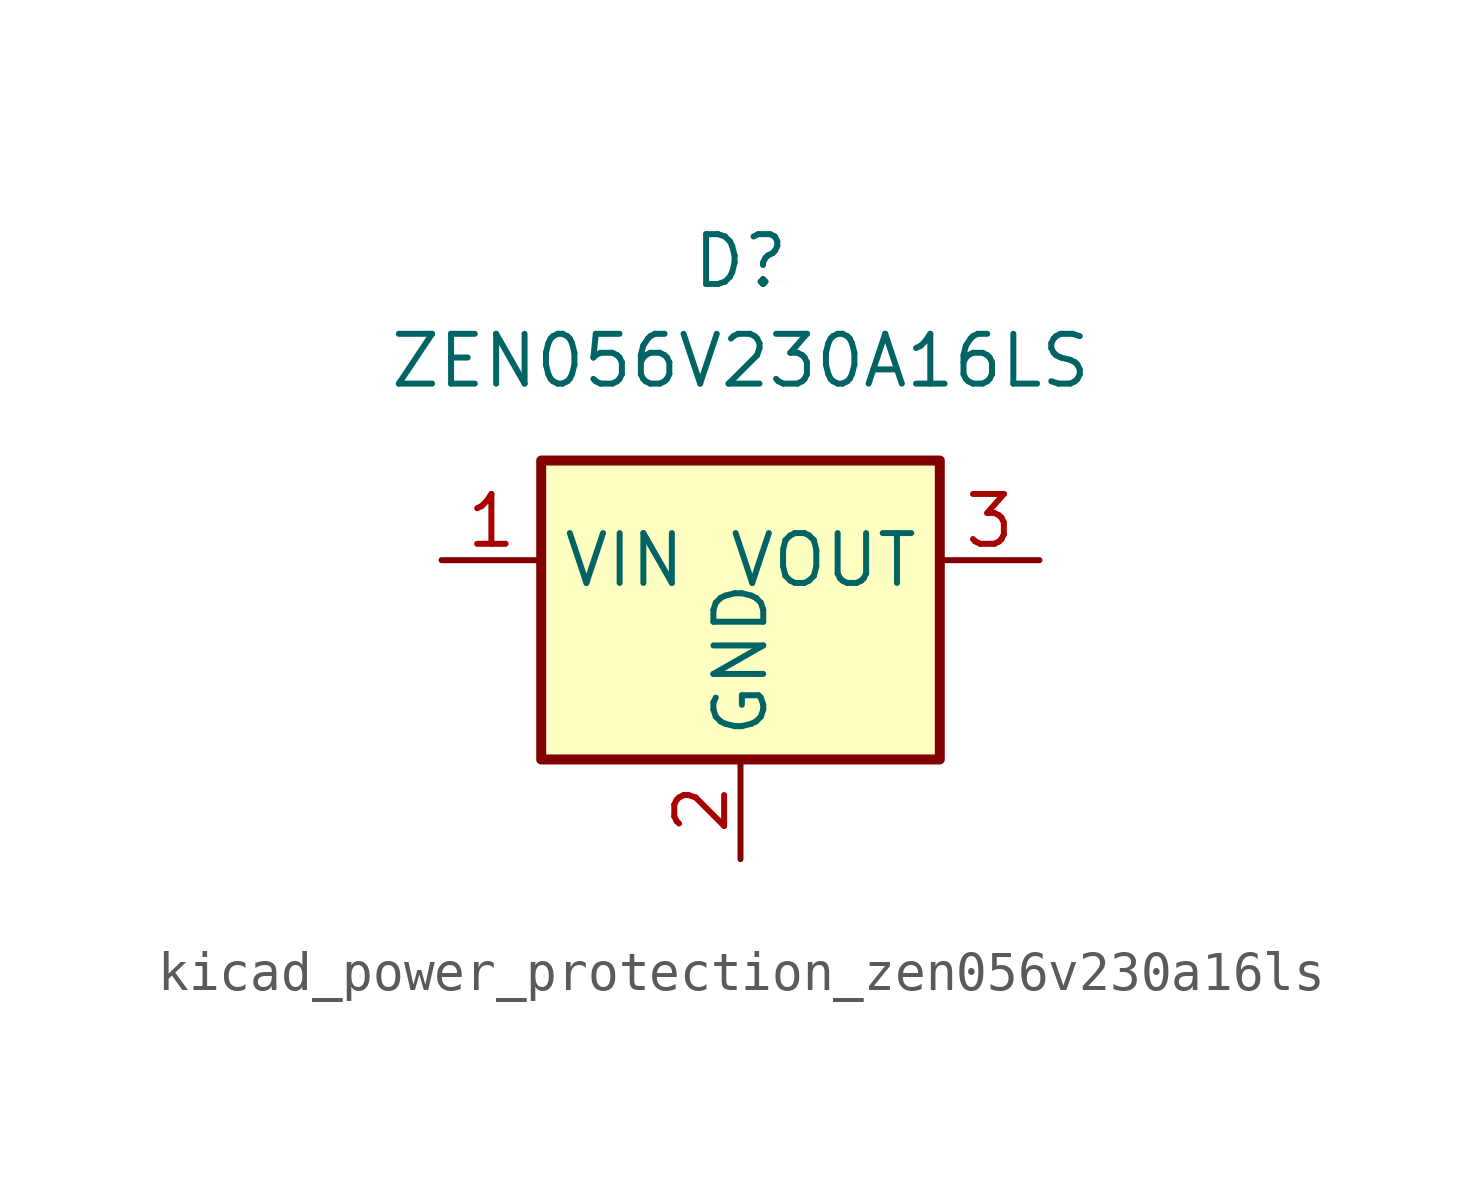
<source format=kicad_sym>
(kicad_symbol_lib
  (version 20220914)
  (generator kicad_symbol_editor)
  (symbol "kicad_power_protection_zen056v230a16ls"
    (property "Reference" "D"
      (at 0 10.16 0)
      (effects (font (size 1.27 1.27))))
    (property "Value" "ZEN056V230A16LS"
      (at 0 7.62 0)
      (effects (font (size 1.27 1.27))))
    (symbol "kicad_power_protection_zen056v230a16ls_0_1"
      (rectangle (start -5.08 5.08) (end 5.08 -2.54) (stroke (width 0.254) (type default)) (fill (type background))))
    (symbol "kicad_power_protection_zen056v230a16ls_1_1"
      (pin passive line (at -7.62 2.54 0) (length 2.54) (name "VIN" (effects (font (size 1.27 1.27)))) (number "1" (effects (font (size 1.27 1.27)))))
      (pin power_in line (at 0 -5.08 90) (length 2.54) (name "GND" (effects (font (size 1.27 1.27)))) (number "2" (effects (font (size 1.27 1.27)))))
      (pin passive line (at 7.62 2.54 180) (length 2.54) (name "VOUT" (effects (font (size 1.27 1.27)))) (number "3" (effects (font (size 1.27 1.27))))))))
</source>
